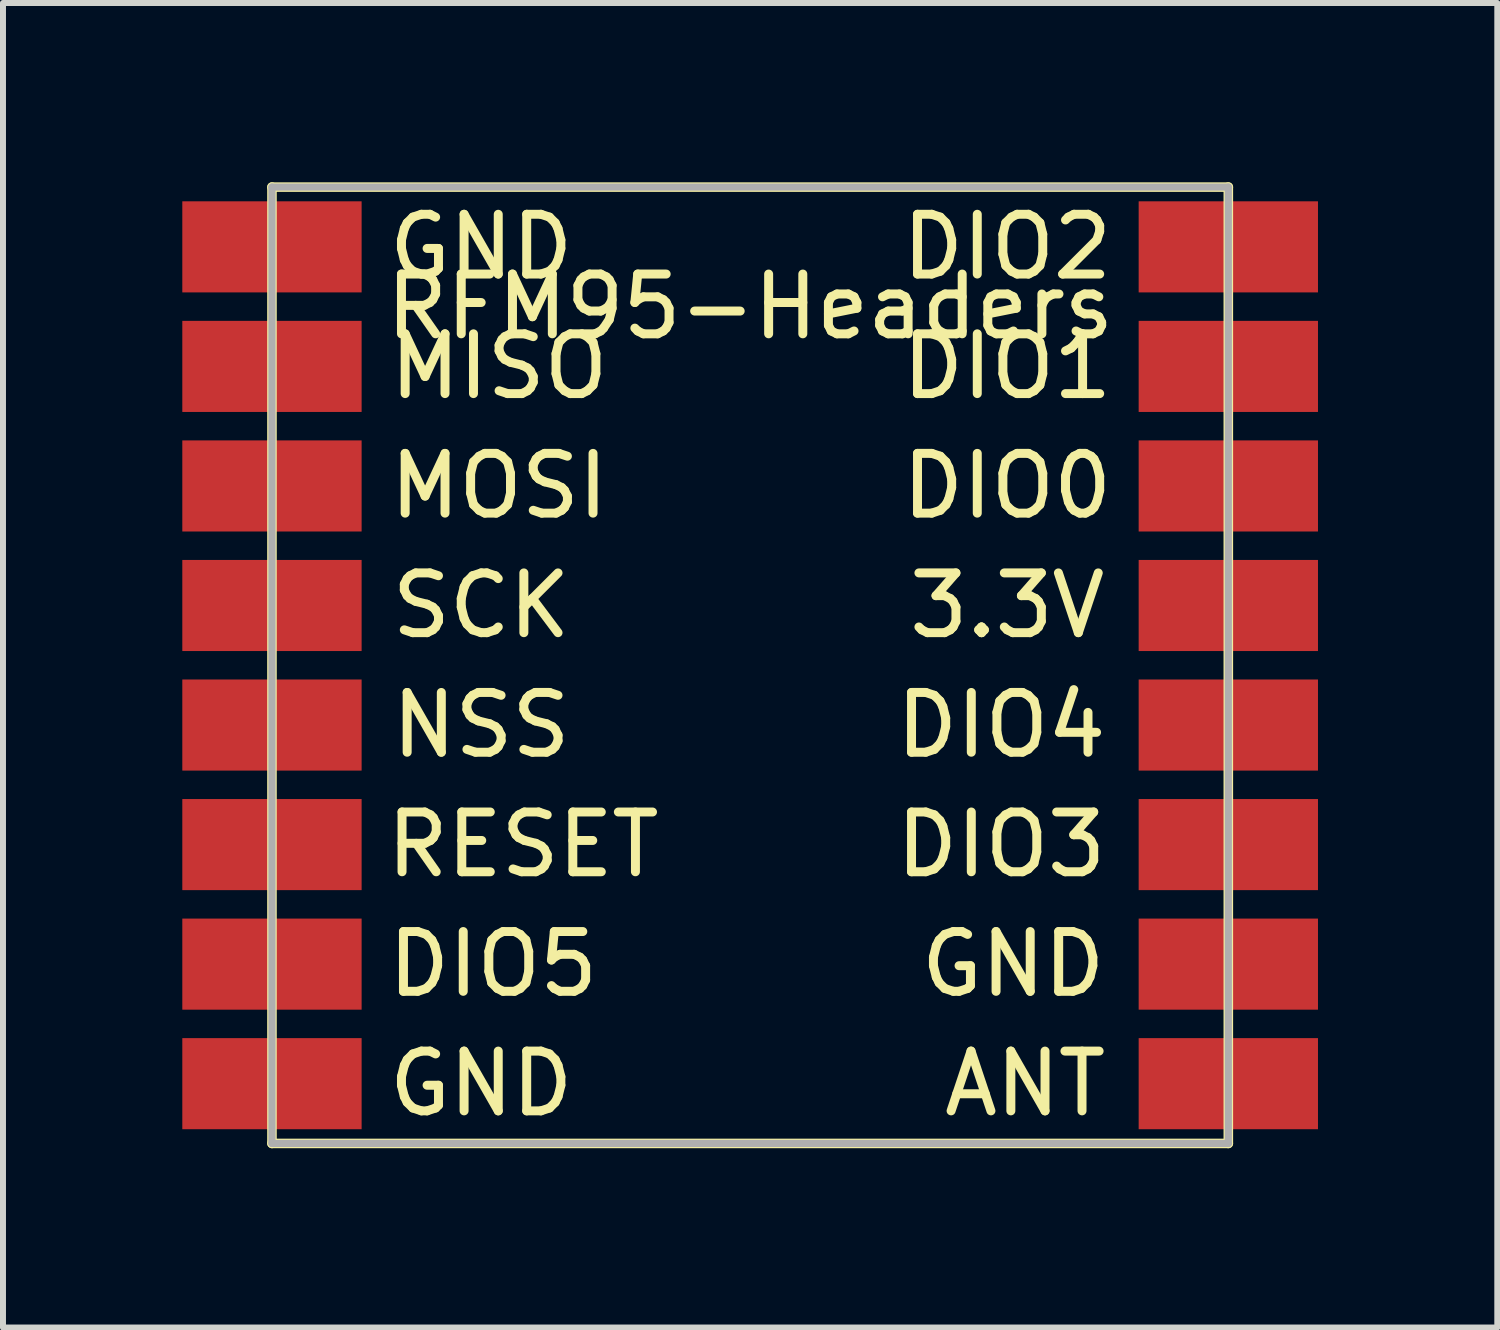
<source format=kicad_pcb>
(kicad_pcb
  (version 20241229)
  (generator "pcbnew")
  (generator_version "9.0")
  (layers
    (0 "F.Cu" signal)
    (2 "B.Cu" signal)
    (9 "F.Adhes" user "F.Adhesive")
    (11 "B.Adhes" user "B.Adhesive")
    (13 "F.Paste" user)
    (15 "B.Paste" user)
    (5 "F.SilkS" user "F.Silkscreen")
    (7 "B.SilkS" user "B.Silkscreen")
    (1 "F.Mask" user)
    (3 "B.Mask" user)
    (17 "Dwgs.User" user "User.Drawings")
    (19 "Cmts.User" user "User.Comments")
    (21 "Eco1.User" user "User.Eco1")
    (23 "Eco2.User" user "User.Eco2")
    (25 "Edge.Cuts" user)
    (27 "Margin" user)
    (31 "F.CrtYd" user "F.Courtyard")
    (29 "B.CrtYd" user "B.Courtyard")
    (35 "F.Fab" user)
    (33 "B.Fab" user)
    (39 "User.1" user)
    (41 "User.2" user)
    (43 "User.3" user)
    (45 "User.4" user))
  (footprint "RFM95-Headers"
    (layer "F.Cu")
    (at 9.5 1.08)
    (property "Reference" "RFM95-Headers" (at 0 1 0) (layer "F.SilkS") (effects (font (size 1 1) (thickness 0.15))))
    (attr through_hole)
    (fp_line (start -8 -1) (end -8 15) (stroke (width 0.16) (type solid)) (layer "F.SilkS"))
    (fp_line (start -8 15) (end 8 15) (stroke (width 0.16) (type solid)) (layer "F.SilkS"))
    (fp_line (start 8 -1) (end -8 -1) (stroke (width 0.16) (type solid)) (layer "F.SilkS"))
    (fp_line (start 8 15) (end 8 -1) (stroke (width 0.16) (type solid)) (layer "F.SilkS"))
    (fp_line (start -8 -1) (end -8 15) (stroke (width 0.12) (type solid)) (layer "F.Fab"))
    (fp_line (start -8 15) (end 8 15) (stroke (width 0.12) (type solid)) (layer "F.Fab"))
    (fp_line (start 8 -1) (end -8 -1) (stroke (width 0.12) (type solid)) (layer "F.Fab"))
    (fp_line (start 8 15) (end 8 -1) (stroke (width 0.12) (type solid)) (layer "F.Fab"))
    (fp_text user "MISO" (at -4.2 2 0) (layer "F.SilkS") (effects (font (size 1 1) (thickness 0.15))))
    (fp_text user "GND" (at 4.4 12 0) (layer "F.SilkS") (effects (font (size 1 1) (thickness 0.15))))
    (fp_text user "DIO5" (at -4.3 12 0) (layer "F.SilkS") (effects (font (size 1 1) (thickness 0.15))))
    (fp_text user "DIO0" (at 4.3 4 0) (layer "F.SilkS") (effects (font (size 1 1) (thickness 0.15))))
    (fp_text user "MOSI" (at -4.2 4 0) (layer "F.SilkS") (effects (font (size 1 1) (thickness 0.15))))
    (fp_text user "3.3V" (at 4.3 6 0) (layer "F.SilkS") (effects (font (size 1 1) (thickness 0.15))))
    (fp_text user "RESET" (at -3.8 10 0) (layer "F.SilkS") (effects (font (size 1 1) (thickness 0.15))))
    (fp_text user "DIO2" (at 4.3 0 0) (layer "F.SilkS") (effects (font (size 1 1) (thickness 0.15))))
    (fp_text user "GND" (at -4.5 14 0) (layer "F.SilkS") (effects (font (size 1 1) (thickness 0.15))))
    (fp_text user "DIO1" (at 4.3 2 0) (layer "F.SilkS") (effects (font (size 1 1) (thickness 0.15))))
    (fp_text user "ANT" (at 4.6 14 0) (layer "F.SilkS") (effects (font (size 1 1) (thickness 0.15))))
    (fp_text user "SCK" (at -4.5 6 0) (layer "F.SilkS") (effects (font (size 1 1) (thickness 0.15))))
    (fp_text user "GND" (at -4.5 0 0) (layer "F.SilkS") (effects (font (size 1 1) (thickness 0.15))))
    (fp_text user "DIO4" (at 4.2 8 0) (layer "F.SilkS") (effects (font (size 1 1) (thickness 0.15))))
    (fp_text user "NSS" (at -4.5 8 0) (layer "F.SilkS") (effects (font (size 1 1) (thickness 0.15))))
    (fp_text user "DIO3" (at 4.2 10 0) (layer "F.SilkS") (effects (font (size 1 1) (thickness 0.15))))
    (pad "1" smd rect (at -7 0 180) (size 3 1.524) (drill (offset 1 0)) (layers "F.Cu" "F.Mask" "F.Paste"))
    (pad "2" smd rect (at -7 2 180) (size 3 1.524) (drill (offset 1 0)) (layers "F.Cu" "F.Mask" "F.Paste"))
    (pad "3" smd rect (at -7 4 180) (size 3 1.524) (drill (offset 1 0)) (layers "F.Cu" "F.Mask" "F.Paste"))
    (pad "4" smd rect (at -7 6 180) (size 3 1.524) (drill (offset 1 0)) (layers "F.Cu" "F.Mask" "F.Paste"))
    (pad "5" smd rect (at -7 8 180) (size 3 1.524) (drill (offset 1 0)) (layers "F.Cu" "F.Mask" "F.Paste"))
    (pad "6" connect rect (at -7 10 180) (size 3 1.524) (drill (offset 1 0)) (layers "F.Cu" "F.Mask"))
    (pad "7" smd rect (at -7 12 180) (size 3 1.524) (drill (offset 1 0)) (layers "F.Cu" "F.Mask" "F.Paste"))
    (pad "8" smd rect (at -7 14 180) (size 3 1.524) (drill (offset 1 0)) (layers "F.Cu" "F.Mask" "F.Paste"))
    (pad "9" smd rect (at 7 14) (size 3 1.524) (drill (offset 1 0)) (layers "F.Cu" "F.Mask" "F.Paste"))
    (pad "10" smd rect (at 7 12) (size 3 1.524) (drill (offset 1 0)) (layers "F.Cu" "F.Mask" "F.Paste"))
    (pad "11" smd rect (at 7 10) (size 3 1.524) (drill (offset 1 0)) (layers "F.Cu" "F.Mask" "F.Paste"))
    (pad "12" smd rect (at 7 8) (size 3 1.524) (drill (offset 1 0)) (layers "F.Cu" "F.Mask" "F.Paste"))
    (pad "13" smd rect (at 7 6) (size 3 1.524) (drill (offset 1 0)) (layers "F.Cu" "F.Mask" "F.Paste"))
    (pad "14" smd rect (at 7 4) (size 3 1.524) (drill (offset 1 0)) (layers "F.Cu" "F.Mask" "F.Paste"))
    (pad "15" smd rect (at 7 2) (size 3 1.524) (drill (offset 1 0)) (layers "F.Cu" "F.Mask" "F.Paste"))
    (pad "16" smd rect (at 7 0) (size 3 1.524) (drill (offset 1 0)) (layers "F.Cu" "F.Mask" "F.Paste")))
  (gr_rect
    (start -3 -3)
    (end 22 19.16)
    (stroke (width 0.1) (type default))
    (fill no)
    (layer "Edge.Cuts")))
</source>
